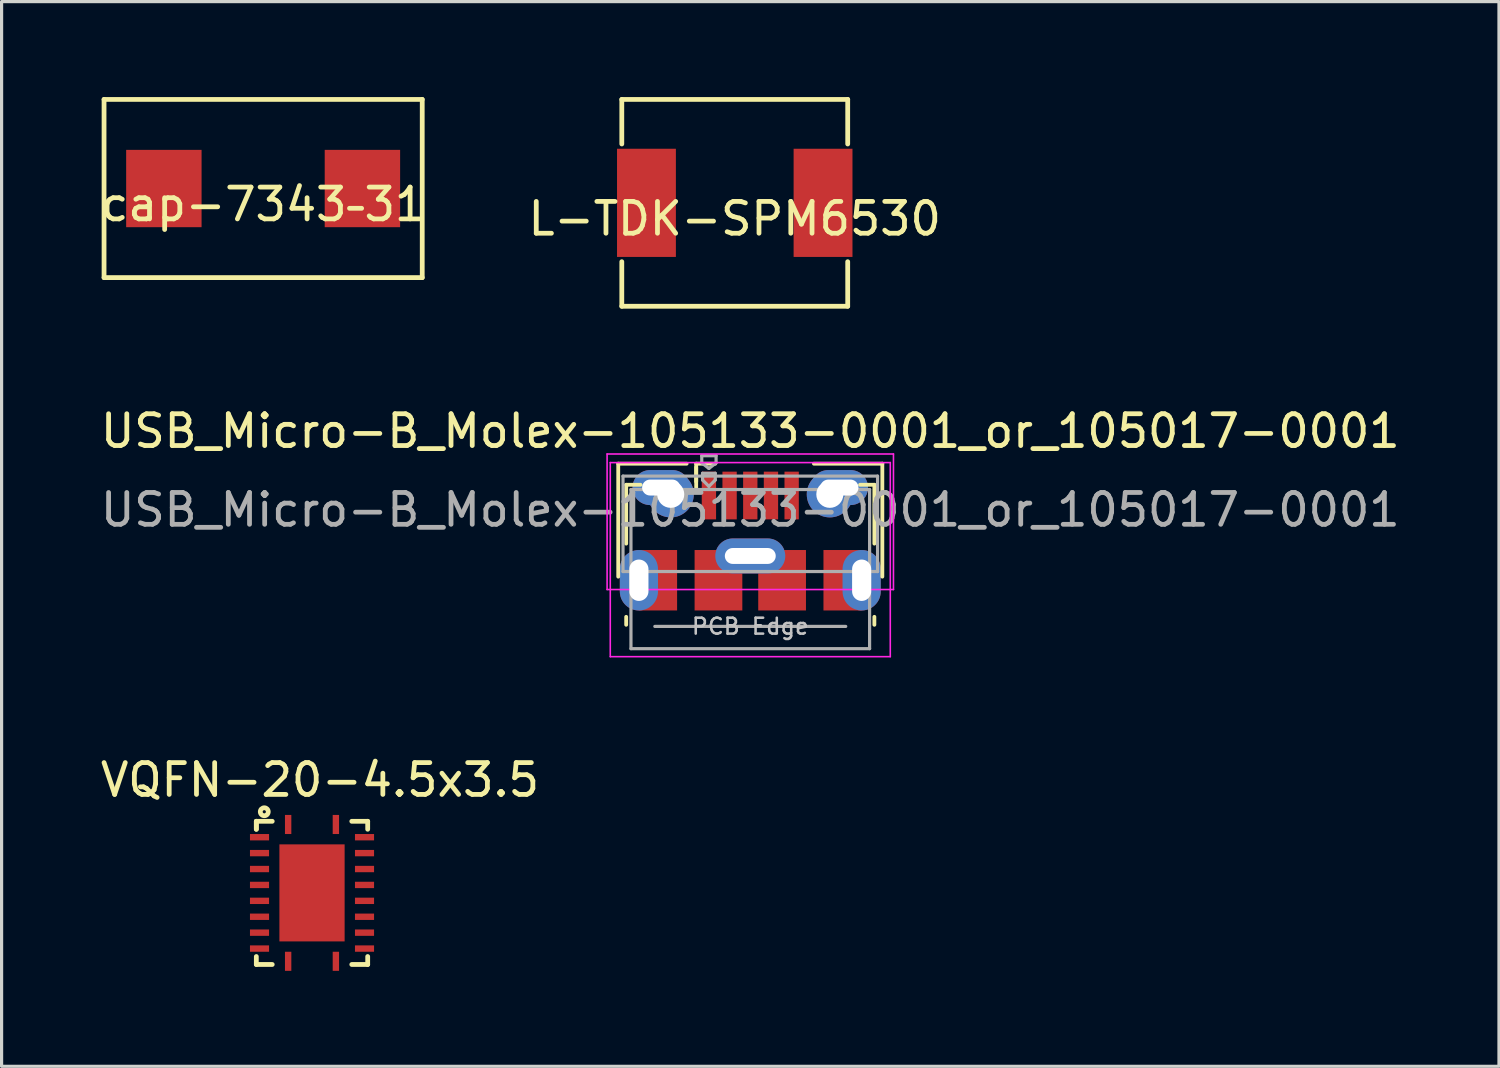
<source format=kicad_pcb>
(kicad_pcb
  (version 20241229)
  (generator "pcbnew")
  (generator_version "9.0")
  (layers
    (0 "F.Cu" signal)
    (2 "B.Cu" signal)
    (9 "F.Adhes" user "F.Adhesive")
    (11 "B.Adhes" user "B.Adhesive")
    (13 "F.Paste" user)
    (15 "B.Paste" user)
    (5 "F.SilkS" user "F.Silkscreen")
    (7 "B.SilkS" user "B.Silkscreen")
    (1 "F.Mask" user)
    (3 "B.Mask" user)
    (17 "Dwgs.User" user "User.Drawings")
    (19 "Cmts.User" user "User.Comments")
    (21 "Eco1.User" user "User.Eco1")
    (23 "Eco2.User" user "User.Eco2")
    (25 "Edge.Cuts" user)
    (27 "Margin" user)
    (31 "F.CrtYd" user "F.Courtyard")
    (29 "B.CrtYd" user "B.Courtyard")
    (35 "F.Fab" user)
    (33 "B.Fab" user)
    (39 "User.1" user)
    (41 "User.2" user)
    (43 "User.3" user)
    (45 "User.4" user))
  (footprint "L-TDK-SPM6530"
    (layer "F.Cu")
    (at 20.042 3.325)
    (property "Reference" "L-TDK-SPM6530" (at 0 0.5 0) (layer "F.SilkS") (effects (font (size 1 1) (thickness 0.15))))
    (attr through_hole)
    (fp_line (start -3.55 -3.25) (end 3.55 -3.25) (stroke (width 0.15) (type solid)) (layer "F.SilkS"))
    (fp_line (start -3.55 -1.85) (end -3.55 -3.25) (stroke (width 0.15) (type solid)) (layer "F.SilkS"))
    (fp_line (start -3.55 3.25) (end -3.55 1.85) (stroke (width 0.15) (type solid)) (layer "F.SilkS"))
    (fp_line (start 3.55 -3.25) (end 3.55 -1.85) (stroke (width 0.15) (type solid)) (layer "F.SilkS"))
    (fp_line (start 3.55 3.25) (end -3.55 3.25) (stroke (width 0.15) (type solid)) (layer "F.SilkS"))
    (fp_line (start 3.55 3.25) (end 3.55 1.85) (stroke (width 0.15) (type solid)) (layer "F.SilkS"))
    (pad "1" smd rect (at 2.775 0) (size 1.85 3.4) (layers "F.Cu" "F.Mask" "F.Paste"))
    (pad "2" smd rect (at -2.775 0) (size 1.85 3.4) (layers "F.Cu" "F.Mask" "F.Paste")))
  (footprint "VQFN-20-4.5x3.5"
    (layer "F.Cu")
    (at 6.756 25.012)
    (property "Reference" "VQFN-20-4.5x3.5" (at 0.25 -3.55 0) (layer "F.SilkS") (effects (font (size 1 1) (thickness 0.15))))
    (attr through_hole)
    (fp_line (start -1.75 -2.25) (end -1.75 -2) (stroke (width 0.15) (type solid)) (layer "F.SilkS"))
    (fp_line (start -1.75 -2.25) (end -1.25 -2.25) (stroke (width 0.15) (type solid)) (layer "F.SilkS"))
    (fp_line (start -1.75 -2) (end -1.75 -2.25) (stroke (width 0.15) (type solid)) (layer "F.SilkS"))
    (fp_line (start -1.75 2.25) (end -1.75 2) (stroke (width 0.15) (type solid)) (layer "F.SilkS"))
    (fp_line (start -1.75 2.25) (end -1.25 2.25) (stroke (width 0.15) (type solid)) (layer "F.SilkS"))
    (fp_line (start 1.75 -2.25) (end 1.25 -2.25) (stroke (width 0.15) (type solid)) (layer "F.SilkS"))
    (fp_line (start 1.75 -2.25) (end 1.75 -2) (stroke (width 0.15) (type solid)) (layer "F.SilkS"))
    (fp_line (start 1.75 2) (end 1.75 2.25) (stroke (width 0.15) (type solid)) (layer "F.SilkS"))
    (fp_line (start 1.75 2.25) (end 1.25 2.25) (stroke (width 0.15) (type solid)) (layer "F.SilkS"))
    (fp_circle (center -1.5 -2.55) (end -1.5 -2.5) (stroke (width 0.15) (type solid)) (fill no) (layer "F.SilkS"))
    (pad "1" smd rect (at -0.75 -2.15) (size 0.2 0.6) (layers "F.Cu" "F.Mask" "F.Paste"))
    (pad "2" smd rect (at -1.65 -1.75) (size 0.6 0.2) (layers "F.Cu" "F.Mask" "F.Paste"))
    (pad "3" smd rect (at -1.65 -1.25) (size 0.6 0.2) (layers "F.Cu" "F.Mask" "F.Paste"))
    (pad "4" smd rect (at -1.65 -0.75) (size 0.6 0.2) (layers "F.Cu" "F.Mask" "F.Paste"))
    (pad "5" smd rect (at -1.65 -0.25) (size 0.6 0.2) (layers "F.Cu" "F.Mask" "F.Paste"))
    (pad "6" smd rect (at -1.65 0.25) (size 0.6 0.2) (layers "F.Cu" "F.Mask" "F.Paste"))
    (pad "7" smd rect (at -1.65 0.75) (size 0.6 0.2) (layers "F.Cu" "F.Mask" "F.Paste"))
    (pad "8" smd rect (at -1.65 1.25) (size 0.6 0.2) (layers "F.Cu" "F.Mask" "F.Paste"))
    (pad "9" smd rect (at -1.65 1.75) (size 0.6 0.2) (layers "F.Cu" "F.Mask" "F.Paste"))
    (pad "10" smd rect (at -0.75 2.15) (size 0.2 0.6) (layers "F.Cu" "F.Mask" "F.Paste"))
    (pad "11" smd rect (at 0.75 2.15) (size 0.2 0.6) (layers "F.Cu" "F.Mask" "F.Paste"))
    (pad "12" smd rect (at 1.65 1.75) (size 0.6 0.2) (layers "F.Cu" "F.Mask" "F.Paste"))
    (pad "13" smd rect (at 1.65 1.25) (size 0.6 0.2) (layers "F.Cu" "F.Mask" "F.Paste"))
    (pad "14" smd rect (at 1.65 0.75) (size 0.6 0.2) (layers "F.Cu" "F.Mask" "F.Paste"))
    (pad "15" smd rect (at 1.65 0.25) (size 0.6 0.2) (layers "F.Cu" "F.Mask" "F.Paste"))
    (pad "16" smd rect (at 1.65 -0.25) (size 0.6 0.2) (layers "F.Cu" "F.Mask" "F.Paste"))
    (pad "17" smd rect (at 1.65 -0.75) (size 0.6 0.2) (layers "F.Cu" "F.Mask" "F.Paste"))
    (pad "18" smd rect (at 1.65 -1.25) (size 0.6 0.2) (layers "F.Cu" "F.Mask" "F.Paste"))
    (pad "19" smd rect (at 1.65 -1.75) (size 0.6 0.2) (layers "F.Cu" "F.Mask" "F.Paste"))
    (pad "20" smd rect (at 0.75 -2.15) (size 0.2 0.6) (layers "F.Cu" "F.Mask" "F.Paste"))
    (pad "21" smd custom (at 0 0) (size 2.05 3.05) (layers "F.Cu" "F.Mask" "F.Paste") (options (anchor rect)) (primitives)))
  (footprint "cap-7343–31"
    (layer "F.Cu")
    (at 5.22 2.875)
    (property "Reference" "cap-7343–31" (at 0 0.5 0) (layer "F.SilkS") (effects (font (size 1 1) (thickness 0.15))))
    (attr through_hole)
    (fp_line (start -5 -2.8) (end 5 -2.8) (stroke (width 0.15) (type solid)) (layer "F.SilkS"))
    (fp_line (start -5 2.8) (end -5 -2.8) (stroke (width 0.15) (type solid)) (layer "F.SilkS"))
    (fp_line (start 5 -2.8) (end 5 2.8) (stroke (width 0.15) (type solid)) (layer "F.SilkS"))
    (fp_line (start 5 2.8) (end -5 2.8) (stroke (width 0.15) (type solid)) (layer "F.SilkS"))
    (pad "1" smd rect (at -1.935 0) (size 2.37 2.43) (drill (offset -1.185 0)) (layers "F.Cu" "F.Mask" "F.Paste"))
    (pad "2" smd rect (at 1.935 0) (size 2.37 2.43) (drill (offset 1.185 0)) (layers "F.Cu" "F.Mask" "F.Paste")))
  (footprint "USB_Micro-B_Molex-105133-0001_or_105017-0001"
    (layer "F.Cu")
    (at 20.53 13.948)
    (property "Reference" "USB_Micro-B_Molex-105133-0001_or_105017-0001" (at 0 -3.45 0) (layer "F.SilkS") (effects (font (size 1 1) (thickness 0.15))))
    (attr smd)
    (fp_line (start -4.15 -2.425) (end -4.15 1.125) (stroke (width 0.12) (type solid)) (layer "F.SilkS"))
    (fp_line (start -3.9 -1.762) (end -3.45 -1.762) (stroke (width 0.12) (type solid)) (layer "F.SilkS"))
    (fp_line (start -3.9 0.087) (end -3.9 -1.762) (stroke (width 0.12) (type solid)) (layer "F.SilkS"))
    (fp_line (start -3.9 2.638) (end -3.9 2.388) (stroke (width 0.12) (type solid)) (layer "F.SilkS"))
    (fp_line (start -2 -2.425) (end -4.15 -2.425) (stroke (width 0.12) (type solid)) (layer "F.SilkS"))
    (fp_line (start -1.7 -2.425) (end -1.1 -2.425) (stroke (width 0.12) (type solid)) (layer "F.SilkS"))
    (fp_line (start -1.7 -2.312) (end -1.7 -1.863) (stroke (width 0.12) (type solid)) (layer "F.SilkS"))
    (fp_line (start -1.7 -1.675) (end -1.7 -2.425) (stroke (width 0.12) (type solid)) (layer "F.SilkS"))
    (fp_line (start 2 -2.425) (end 4.15 -2.425) (stroke (width 0.12) (type solid)) (layer "F.SilkS"))
    (fp_line (start 3.9 -1.762) (end 3.45 -1.762) (stroke (width 0.12) (type solid)) (layer "F.SilkS"))
    (fp_line (start 3.9 0.087) (end 3.9 -1.762) (stroke (width 0.12) (type solid)) (layer "F.SilkS"))
    (fp_line (start 3.9 2.638) (end 3.9 2.388) (stroke (width 0.12) (type solid)) (layer "F.SilkS"))
    (fp_line (start 4.15 -2.425) (end 4.15 1.125) (stroke (width 0.12) (type solid)) (layer "F.SilkS"))
    (fp_line (start -4.5 -2.73) (end 4.5 -2.73) (stroke (width 0.05) (type solid)) (layer "F.CrtYd"))
    (fp_line (start -4.5 1.53) (end -4.5 -2.73) (stroke (width 0.05) (type solid)) (layer "F.CrtYd"))
    (fp_line (start -4.5 1.53) (end 4.5 1.53) (stroke (width 0.05) (type solid)) (layer "F.CrtYd"))
    (fp_line (start -4.4 -2.46) (end 4.4 -2.46) (stroke (width 0.05) (type solid)) (layer "F.CrtYd"))
    (fp_line (start -4.4 3.64) (end -4.4 -2.46) (stroke (width 0.05) (type solid)) (layer "F.CrtYd"))
    (fp_line (start -4.4 3.64) (end 4.4 3.64) (stroke (width 0.05) (type solid)) (layer "F.CrtYd"))
    (fp_line (start 4.4 -2.46) (end 4.4 3.64) (stroke (width 0.05) (type solid)) (layer "F.CrtYd"))
    (fp_line (start 4.5 1.53) (end 4.5 -2.73) (stroke (width 0.05) (type solid)) (layer "F.CrtYd"))
    (fp_line (start -4 0.965) (end -4 -2.035) (stroke (width 0.1) (type solid)) (layer "F.Fab"))
    (fp_line (start -4 0.965) (end 4 0.965) (stroke (width 0.1) (type solid)) (layer "F.Fab"))
    (fp_line (start -3.75 -1.613) (end 3.75 -1.613) (stroke (width 0.1) (type solid)) (layer "F.Fab"))
    (fp_line (start -3.75 3.388) (end -3.75 -1.613) (stroke (width 0.1) (type solid)) (layer "F.Fab"))
    (fp_line (start -3.75 3.389) (end 3.75 3.389) (stroke (width 0.1) (type solid)) (layer "F.Fab"))
    (fp_line (start -3 2.689) (end 3 2.689) (stroke (width 0.1) (type solid)) (layer "F.Fab"))
    (fp_line (start -1.525 -2.675) (end -1.075 -2.675) (stroke (width 0.1) (type solid)) (layer "F.Fab"))
    (fp_line (start -1.525 -2.45) (end -1.525 -2.675) (stroke (width 0.1) (type solid)) (layer "F.Fab"))
    (fp_line (start -1.5 -2.123) (end -1.5 -1.913) (stroke (width 0.1) (type solid)) (layer "F.Fab"))
    (fp_line (start -1.5 -2.123) (end -1.1 -2.123) (stroke (width 0.1) (type solid)) (layer "F.Fab"))
    (fp_line (start -1.3 -2.275) (end -1.525 -2.45) (stroke (width 0.1) (type solid)) (layer "F.Fab"))
    (fp_line (start -1.3 -2.275) (end -1.075 -2.45) (stroke (width 0.1) (type solid)) (layer "F.Fab"))
    (fp_line (start -1.3 -1.712) (end -1.5 -1.913) (stroke (width 0.1) (type solid)) (layer "F.Fab"))
    (fp_line (start -1.1 -2.123) (end -1.1 -1.913) (stroke (width 0.1) (type solid)) (layer "F.Fab"))
    (fp_line (start -1.1 -1.913) (end -1.3 -1.712) (stroke (width 0.1) (type solid)) (layer "F.Fab"))
    (fp_line (start -1.075 -2.675) (end -1.075 -2.45) (stroke (width 0.1) (type solid)) (layer "F.Fab"))
    (fp_line (start 3.75 3.388) (end 3.75 -1.613) (stroke (width 0.1) (type solid)) (layer "F.Fab"))
    (fp_line (start 4 -2.035) (end -4 -2.035) (stroke (width 0.1) (type solid)) (layer "F.Fab"))
    (fp_line (start 4 0.965) (end 4 -2.035) (stroke (width 0.1) (type solid)) (layer "F.Fab"))
    (fp_text user "PCB Edge" (at 0 2.688 0) (layer "Dwgs.User") (effects (font (size 0.5 0.5) (thickness 0.08))))
    (fp_text user "${REFERENCE}" (at 0 -0.975 0) (layer "F.Fab") (effects (font (size 1 1) (thickness 0.15))))
    (pad "1" smd rect (at -1.3 -1.425) (size 0.45 1.5) (layers "F.Cu" "F.Mask" "F.Paste"))
    (pad "2" smd rect (at -0.65 -1.425) (size 0.45 1.5) (layers "F.Cu" "F.Mask" "F.Paste"))
    (pad "3" smd rect (at 0 -1.425) (size 0.45 1.5) (layers "F.Cu" "F.Mask" "F.Paste"))
    (pad "4" smd rect (at 0.65 -1.425) (size 0.45 1.5) (layers "F.Cu" "F.Mask" "F.Paste"))
    (pad "5" smd rect (at 1.3 -1.425) (size 0.45 1.5) (layers "F.Cu" "F.Mask" "F.Paste"))
    (pad "6" thru_hole oval (at -3.5 1.238 180) (size 1.2 1.9) (drill oval 0.6 1.3) (layers "*.Cu" "*.Mask"))
    (pad "6" smd rect (at -2.9 1.238) (size 1.2 1.9) (layers "F.Cu" "F.Mask"))
    (pad "6" thru_hole oval (at -2.8 -1.675) (size 1.8 1.1) (drill oval 1.2 0.5) (layers "*.Cu" "*.Mask"))
    (pad "6" thru_hole circle (at -2.5 -1.462) (size 1.45 1.45) (drill 0.85) (layers "*.Cu" "*.Mask"))
    (pad "6" smd rect (at -1 1.238) (size 1.5 1.9) (layers "F.Cu" "F.Mask" "F.Paste"))
    (pad "6" thru_hole oval (at 0 0.475) (size 2.2 1.1) (drill oval 1.6 0.5) (layers "*.Cu" "*.Mask"))
    (pad "6" smd rect (at 1 1.238) (size 1.5 1.9) (layers "F.Cu" "F.Mask" "F.Paste"))
    (pad "6" thru_hole circle (at 2.5 -1.462) (size 1.45 1.45) (drill 0.85) (layers "*.Cu" "*.Mask"))
    (pad "6" thru_hole oval (at 2.8 -1.675) (size 1.8 1.1) (drill oval 1.2 0.5) (layers "*.Cu" "*.Mask"))
    (pad "6" smd rect (at 2.9 1.238) (size 1.2 1.9) (layers "F.Cu" "F.Mask"))
    (pad "6" thru_hole oval (at 3.5 1.238) (size 1.2 1.9) (drill oval 0.6 1.3) (layers "*.Cu" "*.Mask")))
  (gr_rect
    (start -3 -3)
    (end 44.06 30.462)
    (stroke (width 0.1) (type default))
    (fill no)
    (layer "Edge.Cuts")))
</source>
